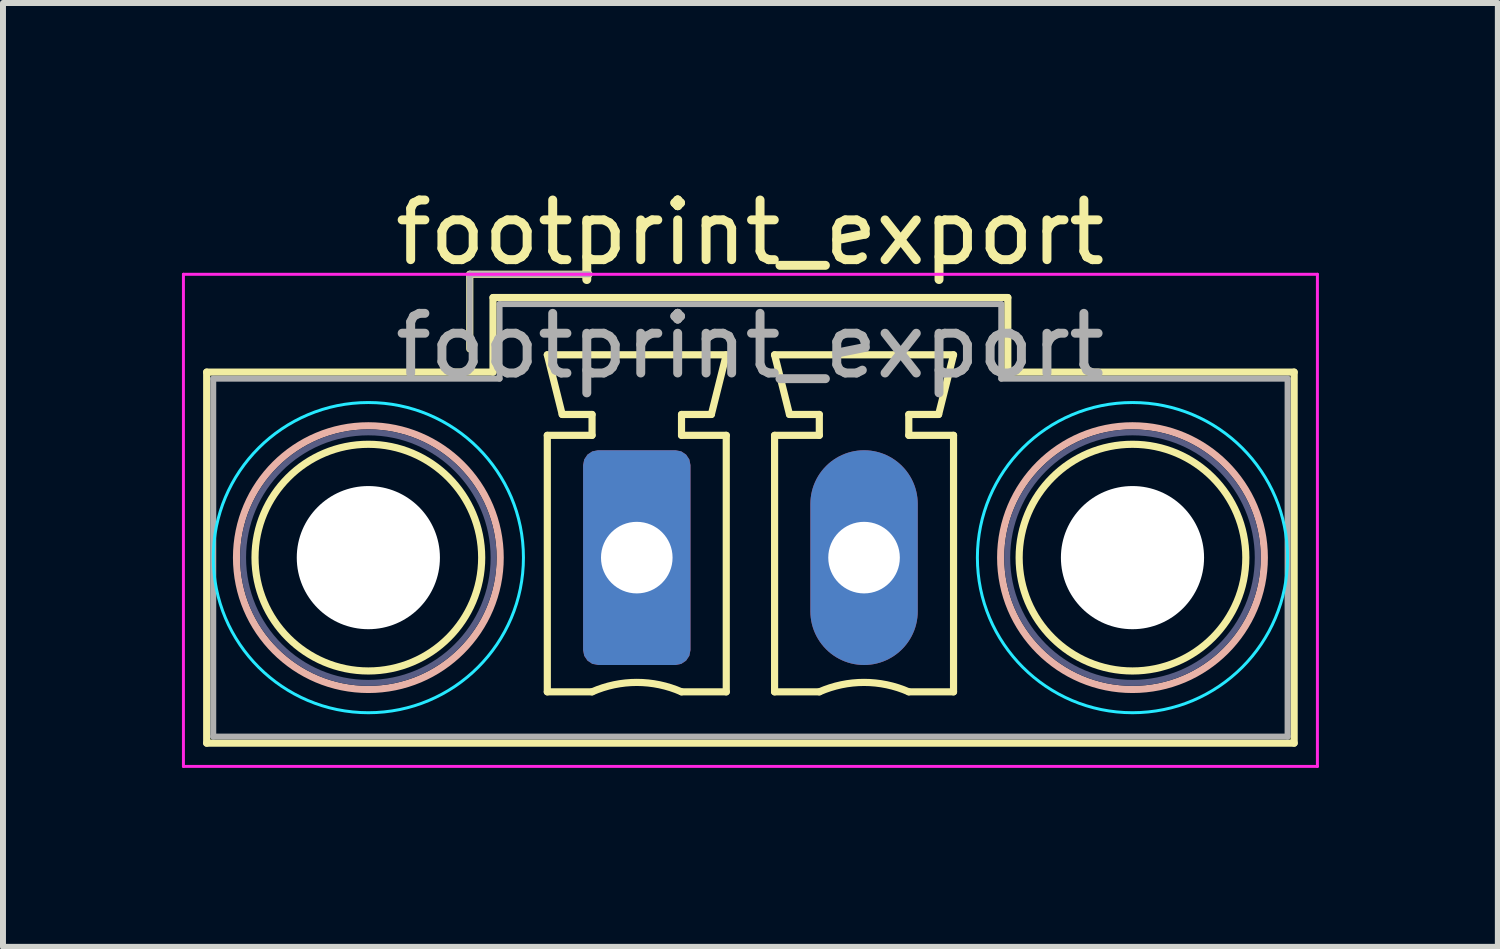
<source format=kicad_pcb>
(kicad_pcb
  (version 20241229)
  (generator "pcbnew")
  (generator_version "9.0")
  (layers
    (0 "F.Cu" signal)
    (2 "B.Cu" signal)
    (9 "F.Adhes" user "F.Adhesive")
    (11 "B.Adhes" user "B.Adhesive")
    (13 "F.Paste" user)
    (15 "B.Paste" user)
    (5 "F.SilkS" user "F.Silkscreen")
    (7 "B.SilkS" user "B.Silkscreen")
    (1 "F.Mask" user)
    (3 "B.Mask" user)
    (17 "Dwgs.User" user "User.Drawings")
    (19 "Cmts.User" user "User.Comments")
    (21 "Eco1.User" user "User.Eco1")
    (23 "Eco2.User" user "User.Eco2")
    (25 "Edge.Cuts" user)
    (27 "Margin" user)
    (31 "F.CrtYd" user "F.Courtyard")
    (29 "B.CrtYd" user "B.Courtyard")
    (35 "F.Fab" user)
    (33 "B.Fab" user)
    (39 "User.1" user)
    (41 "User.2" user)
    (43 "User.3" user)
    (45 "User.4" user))
  (footprint "footprint_export"
    (layer "F.Cu")
    (at 7.625 6.298)
    (property "Reference" "footprint_export" (at 1.9 -5.45 0) (layer "F.SilkS") (effects (font (size 1 1) (thickness 0.15))))
    (attr through_hole)
    (fp_line (start -7.21 -3.11) (end -7.21 3.11) (stroke (width 0.12) (type solid)) (layer "F.SilkS"))
    (fp_line (start -7.21 3.11) (end 11.02 3.11) (stroke (width 0.12) (type solid)) (layer "F.SilkS"))
    (fp_line (start -2.8 -4.75) (end -0.8 -4.75) (stroke (width 0.12) (type solid)) (layer "F.SilkS"))
    (fp_line (start -2.8 -3.5) (end -2.8 -4.75) (stroke (width 0.12) (type solid)) (layer "F.SilkS"))
    (fp_line (start -2.41 -4.36) (end -2.41 -3.11) (stroke (width 0.12) (type solid)) (layer "F.SilkS"))
    (fp_line (start -2.41 -3.11) (end -7.21 -3.11) (stroke (width 0.12) (type solid)) (layer "F.SilkS"))
    (fp_line (start -1.5 -3.4) (end 1.5 -3.4) (stroke (width 0.12) (type solid)) (layer "F.SilkS"))
    (fp_line (start -1.5 -2.05) (end -0.75 -2.05) (stroke (width 0.12) (type solid)) (layer "F.SilkS"))
    (fp_line (start -1.5 2.25) (end -1.5 -2.05) (stroke (width 0.12) (type solid)) (layer "F.SilkS"))
    (fp_line (start -1.25 -2.4) (end -1.5 -3.4) (stroke (width 0.12) (type solid)) (layer "F.SilkS"))
    (fp_line (start -0.75 -2.4) (end -1.25 -2.4) (stroke (width 0.12) (type solid)) (layer "F.SilkS"))
    (fp_line (start -0.75 -2.05) (end -0.75 -2.4) (stroke (width 0.12) (type solid)) (layer "F.SilkS"))
    (fp_line (start -0.75 2.25) (end -1.5 2.25) (stroke (width 0.12) (type solid)) (layer "F.SilkS"))
    (fp_line (start 0.75 -2.4) (end 0.75 -2.05) (stroke (width 0.12) (type solid)) (layer "F.SilkS"))
    (fp_line (start 0.75 -2.05) (end 1.5 -2.05) (stroke (width 0.12) (type solid)) (layer "F.SilkS"))
    (fp_line (start 1.25 -2.4) (end 0.75 -2.4) (stroke (width 0.12) (type solid)) (layer "F.SilkS"))
    (fp_line (start 1.5 -3.4) (end 1.25 -2.4) (stroke (width 0.12) (type solid)) (layer "F.SilkS"))
    (fp_line (start 1.5 -2.05) (end 1.5 2.25) (stroke (width 0.12) (type solid)) (layer "F.SilkS"))
    (fp_line (start 1.5 2.25) (end 0.75 2.25) (stroke (width 0.12) (type solid)) (layer "F.SilkS"))
    (fp_line (start 2.31 -3.4) (end 5.31 -3.4) (stroke (width 0.12) (type solid)) (layer "F.SilkS"))
    (fp_line (start 2.31 -2.05) (end 3.06 -2.05) (stroke (width 0.12) (type solid)) (layer "F.SilkS"))
    (fp_line (start 2.31 2.25) (end 2.31 -2.05) (stroke (width 0.12) (type solid)) (layer "F.SilkS"))
    (fp_line (start 2.56 -2.4) (end 2.31 -3.4) (stroke (width 0.12) (type solid)) (layer "F.SilkS"))
    (fp_line (start 3.06 -2.4) (end 2.56 -2.4) (stroke (width 0.12) (type solid)) (layer "F.SilkS"))
    (fp_line (start 3.06 -2.05) (end 3.06 -2.4) (stroke (width 0.12) (type solid)) (layer "F.SilkS"))
    (fp_line (start 3.06 2.25) (end 2.31 2.25) (stroke (width 0.12) (type solid)) (layer "F.SilkS"))
    (fp_line (start 4.56 -2.4) (end 4.56 -2.05) (stroke (width 0.12) (type solid)) (layer "F.SilkS"))
    (fp_line (start 4.56 -2.05) (end 5.31 -2.05) (stroke (width 0.12) (type solid)) (layer "F.SilkS"))
    (fp_line (start 5.06 -2.4) (end 4.56 -2.4) (stroke (width 0.12) (type solid)) (layer "F.SilkS"))
    (fp_line (start 5.31 -3.4) (end 5.06 -2.4) (stroke (width 0.12) (type solid)) (layer "F.SilkS"))
    (fp_line (start 5.31 -2.05) (end 5.31 2.25) (stroke (width 0.12) (type solid)) (layer "F.SilkS"))
    (fp_line (start 5.31 2.25) (end 4.56 2.25) (stroke (width 0.12) (type solid)) (layer "F.SilkS"))
    (fp_line (start 6.22 -4.36) (end -2.41 -4.36) (stroke (width 0.12) (type solid)) (layer "F.SilkS"))
    (fp_line (start 6.22 -3.11) (end 6.22 -4.36) (stroke (width 0.12) (type solid)) (layer "F.SilkS"))
    (fp_line (start 11.02 -3.11) (end 6.22 -3.11) (stroke (width 0.12) (type solid)) (layer "F.SilkS"))
    (fp_line (start 11.02 3.11) (end 11.02 -3.11) (stroke (width 0.12) (type solid)) (layer "F.SilkS"))
    (fp_arc (start -0.75 2.25) (mid -0.000193 2.09191) (end 0.749647 2.249844) (stroke (width 0.12) (type solid)) (layer "F.SilkS"))
    (fp_arc (start 3.06 2.25) (mid 3.809807 2.09191) (end 4.559647 2.249844) (stroke (width 0.12) (type solid)) (layer "F.SilkS"))
    (fp_circle (center -4.5 0) (end -2.6 0) (stroke (width 0.12) (type solid)) (fill no) (layer "F.SilkS"))
    (fp_circle (center 8.31 0) (end 10.21 0) (stroke (width 0.12) (type solid)) (fill no) (layer "F.SilkS"))
    (fp_circle (center -4.5 0) (end -2.29 0) (stroke (width 0.12) (type solid)) (fill no) (layer "B.SilkS"))
    (fp_circle (center 8.31 0) (end 10.52 0) (stroke (width 0.12) (type solid)) (fill no) (layer "B.SilkS"))
    (fp_circle (center -4.5 0) (end -1.9 0) (stroke (width 0.05) (type solid)) (fill no) (layer "B.CrtYd"))
    (fp_circle (center 8.31 0) (end 10.91 0) (stroke (width 0.05) (type solid)) (fill no) (layer "B.CrtYd"))
    (fp_line (start -7.6 -4.75) (end -7.6 3.5) (stroke (width 0.05) (type solid)) (layer "F.CrtYd"))
    (fp_line (start -7.6 3.5) (end 11.41 3.5) (stroke (width 0.05) (type solid)) (layer "F.CrtYd"))
    (fp_line (start 11.41 -4.75) (end -7.6 -4.75) (stroke (width 0.05) (type solid)) (layer "F.CrtYd"))
    (fp_line (start 11.41 3.5) (end 11.41 -4.75) (stroke (width 0.05) (type solid)) (layer "F.CrtYd"))
    (fp_circle (center -4.5 0) (end -2.4 0) (stroke (width 0.1) (type solid)) (fill no) (layer "B.Fab"))
    (fp_circle (center 8.31 0) (end 10.41 0) (stroke (width 0.1) (type solid)) (fill no) (layer "B.Fab"))
    (fp_line (start -7.1 -3) (end -7.1 3) (stroke (width 0.1) (type solid)) (layer "F.Fab"))
    (fp_line (start -7.1 3) (end 10.91 3) (stroke (width 0.1) (type solid)) (layer "F.Fab"))
    (fp_line (start -2.8 -4.75) (end -0.8 -4.75) (stroke (width 0.1) (type solid)) (layer "F.Fab"))
    (fp_line (start -2.8 -3.5) (end -2.8 -4.75) (stroke (width 0.1) (type solid)) (layer "F.Fab"))
    (fp_line (start -2.3 -4.25) (end -2.3 -3) (stroke (width 0.1) (type solid)) (layer "F.Fab"))
    (fp_line (start -2.3 -3) (end -7.1 -3) (stroke (width 0.1) (type solid)) (layer "F.Fab"))
    (fp_line (start 6.11 -4.25) (end -2.3 -4.25) (stroke (width 0.1) (type solid)) (layer "F.Fab"))
    (fp_line (start 6.11 -3) (end 6.11 -4.25) (stroke (width 0.1) (type solid)) (layer "F.Fab"))
    (fp_line (start 10.91 -3) (end 6.11 -3) (stroke (width 0.1) (type solid)) (layer "F.Fab"))
    (fp_line (start 10.91 3) (end 10.91 -3) (stroke (width 0.1) (type solid)) (layer "F.Fab"))
    (fp_text user "${REFERENCE}" (at 1.9 -3.55 0) (layer "F.Fab") (effects (font (size 1 1) (thickness 0.15))))
    (pad "" np_thru_hole circle (at -4.5 0) (size 2.4 2.4) (drill 2.4) (layers "*.Cu" "*.Mask"))
    (pad "" np_thru_hole circle (at 8.31 0) (size 2.4 2.4) (drill 2.4) (layers "*.Cu" "*.Mask"))
    (pad "1" thru_hole roundrect (at 0 0) (size 1.8 3.6) (drill 1.2) (layers "*.Cu" "*.Mask") (roundrect_rratio 0.139))
    (pad "2" thru_hole oval (at 3.81 0) (size 1.8 3.6) (drill 1.2) (layers "*.Cu" "*.Mask")))
  (gr_rect
    (start -3 -3)
    (end 22.06 12.823)
    (stroke (width 0.1) (type default))
    (fill no)
    (layer "Edge.Cuts")))
</source>
